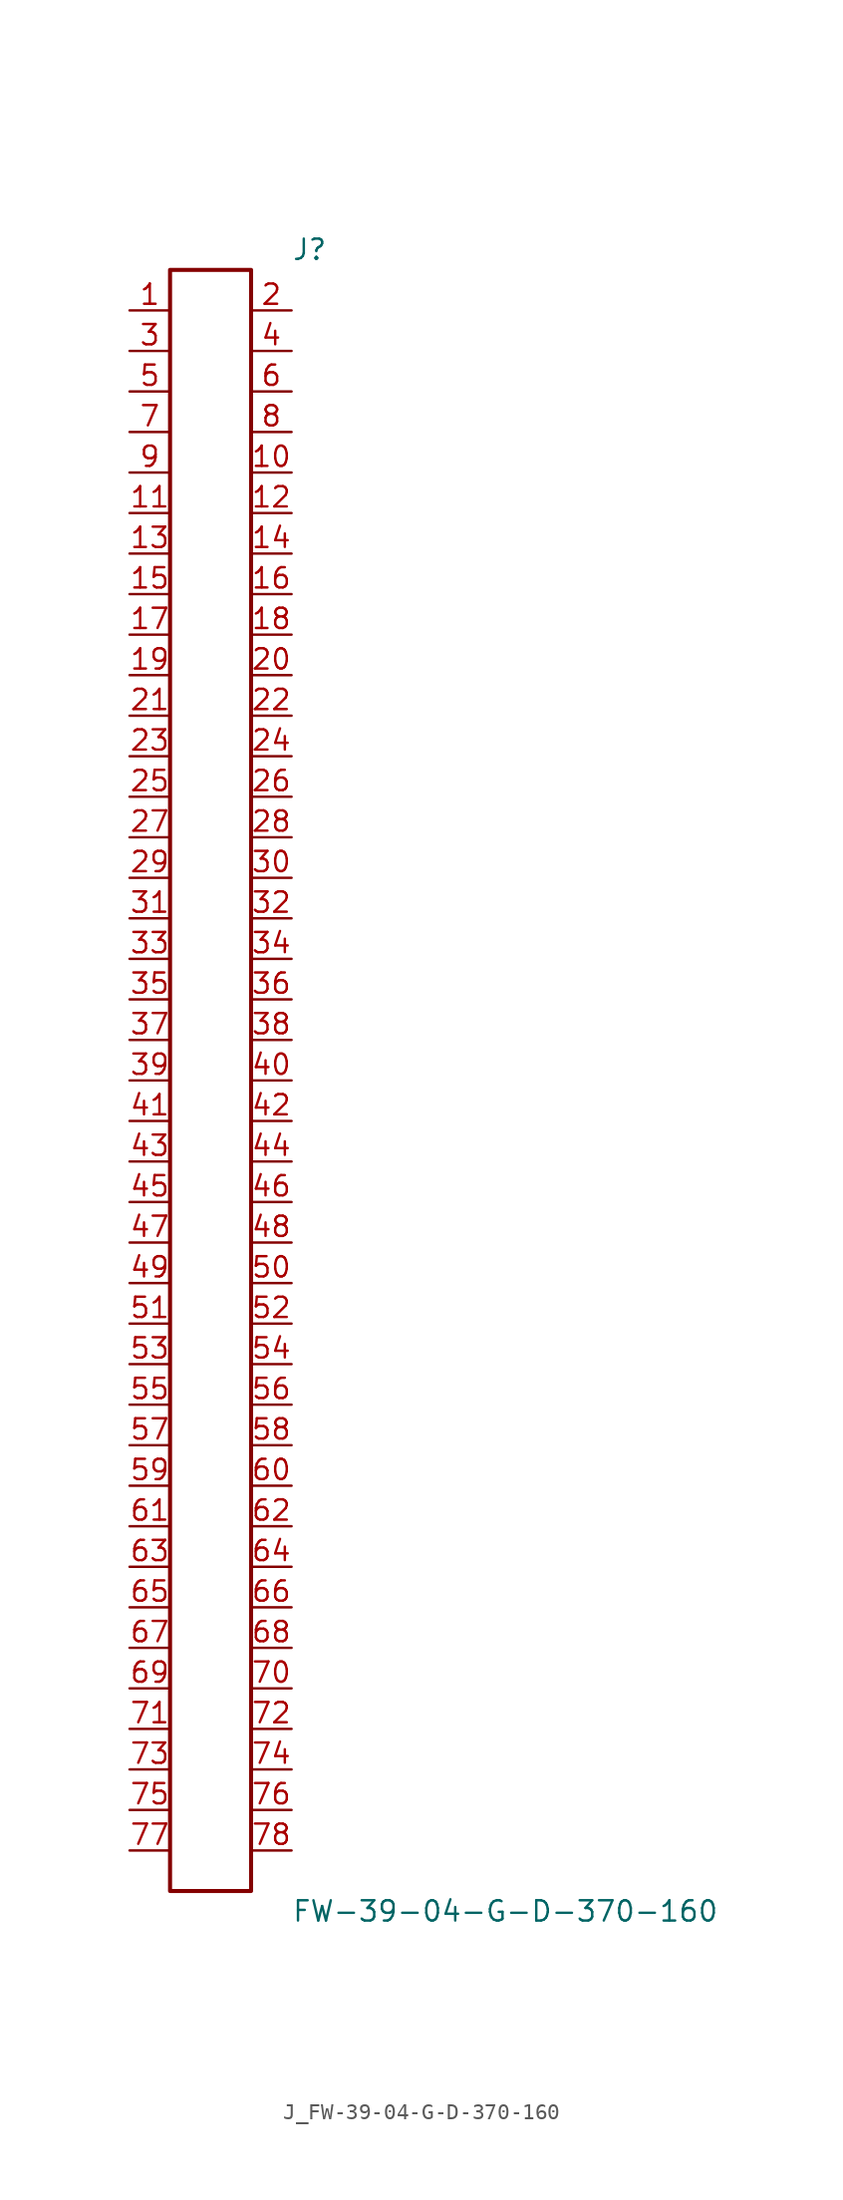
<source format=kicad_sym>
(kicad_symbol_lib
  (version 20231120)
  (generator kicad_symbol_editor)
  (generator_version 8.0)
  (symbol "J_FW-39-04-G-D-370-160"
    (pin_names
      (offset 0.254))
    (property "Reference" "J"
      (at 5.08 52.07 0)
      (effects (font (size 1.27 1.27)) (justify left)))
    (property "Value" "FW-39-04-G-D-370-160"
      (at 5.08 -52.07 0)
      (effects (font (size 1.27 1.27)) (justify left)))
    (symbol "J_FW-39-04-G-D-370-160_0_0"
      (pin unspecified line (at -5.08 48.26 0) (length 2.54) (name "" (effects (font (size 1.27 1.27)))) (number "1" (effects (font (size 1.27 1.27)))))
      (pin unspecified line (at 5.08 48.26 180) (length 2.54) (name "" (effects (font (size 1.27 1.27)))) (number "2" (effects (font (size 1.27 1.27)))))
      (pin unspecified line (at -5.08 45.72 0) (length 2.54) (name "" (effects (font (size 1.27 1.27)))) (number "3" (effects (font (size 1.27 1.27)))))
      (pin unspecified line (at 5.08 45.72 180) (length 2.54) (name "" (effects (font (size 1.27 1.27)))) (number "4" (effects (font (size 1.27 1.27)))))
      (pin unspecified line (at -5.08 43.18 0) (length 2.54) (name "" (effects (font (size 1.27 1.27)))) (number "5" (effects (font (size 1.27 1.27)))))
      (pin unspecified line (at 5.08 43.18 180) (length 2.54) (name "" (effects (font (size 1.27 1.27)))) (number "6" (effects (font (size 1.27 1.27)))))
      (pin unspecified line (at -5.08 40.64 0) (length 2.54) (name "" (effects (font (size 1.27 1.27)))) (number "7" (effects (font (size 1.27 1.27)))))
      (pin unspecified line (at 5.08 40.64 180) (length 2.54) (name "" (effects (font (size 1.27 1.27)))) (number "8" (effects (font (size 1.27 1.27)))))
      (pin unspecified line (at -5.08 38.1 0) (length 2.54) (name "" (effects (font (size 1.27 1.27)))) (number "9" (effects (font (size 1.27 1.27)))))
      (pin unspecified line (at 5.08 38.1 180) (length 2.54) (name "" (effects (font (size 1.27 1.27)))) (number "10" (effects (font (size 1.27 1.27)))))
      (pin unspecified line (at -5.08 35.56 0) (length 2.54) (name "" (effects (font (size 1.27 1.27)))) (number "11" (effects (font (size 1.27 1.27)))))
      (pin unspecified line (at 5.08 35.56 180) (length 2.54) (name "" (effects (font (size 1.27 1.27)))) (number "12" (effects (font (size 1.27 1.27)))))
      (pin unspecified line (at -5.08 33.02 0) (length 2.54) (name "" (effects (font (size 1.27 1.27)))) (number "13" (effects (font (size 1.27 1.27)))))
      (pin unspecified line (at 5.08 33.02 180) (length 2.54) (name "" (effects (font (size 1.27 1.27)))) (number "14" (effects (font (size 1.27 1.27)))))
      (pin unspecified line (at -5.08 30.48 0) (length 2.54) (name "" (effects (font (size 1.27 1.27)))) (number "15" (effects (font (size 1.27 1.27)))))
      (pin unspecified line (at 5.08 30.48 180) (length 2.54) (name "" (effects (font (size 1.27 1.27)))) (number "16" (effects (font (size 1.27 1.27)))))
      (pin unspecified line (at -5.08 27.94 0) (length 2.54) (name "" (effects (font (size 1.27 1.27)))) (number "17" (effects (font (size 1.27 1.27)))))
      (pin unspecified line (at 5.08 27.94 180) (length 2.54) (name "" (effects (font (size 1.27 1.27)))) (number "18" (effects (font (size 1.27 1.27)))))
      (pin unspecified line (at -5.08 25.4 0) (length 2.54) (name "" (effects (font (size 1.27 1.27)))) (number "19" (effects (font (size 1.27 1.27)))))
      (pin unspecified line (at 5.08 25.4 180) (length 2.54) (name "" (effects (font (size 1.27 1.27)))) (number "20" (effects (font (size 1.27 1.27)))))
      (pin unspecified line (at -5.08 22.86 0) (length 2.54) (name "" (effects (font (size 1.27 1.27)))) (number "21" (effects (font (size 1.27 1.27)))))
      (pin unspecified line (at 5.08 22.86 180) (length 2.54) (name "" (effects (font (size 1.27 1.27)))) (number "22" (effects (font (size 1.27 1.27)))))
      (pin unspecified line (at -5.08 20.32 0) (length 2.54) (name "" (effects (font (size 1.27 1.27)))) (number "23" (effects (font (size 1.27 1.27)))))
      (pin unspecified line (at 5.08 20.32 180) (length 2.54) (name "" (effects (font (size 1.27 1.27)))) (number "24" (effects (font (size 1.27 1.27)))))
      (pin unspecified line (at -5.08 17.78 0) (length 2.54) (name "" (effects (font (size 1.27 1.27)))) (number "25" (effects (font (size 1.27 1.27)))))
      (pin unspecified line (at 5.08 17.78 180) (length 2.54) (name "" (effects (font (size 1.27 1.27)))) (number "26" (effects (font (size 1.27 1.27)))))
      (pin unspecified line (at -5.08 15.24 0) (length 2.54) (name "" (effects (font (size 1.27 1.27)))) (number "27" (effects (font (size 1.27 1.27)))))
      (pin unspecified line (at 5.08 15.24 180) (length 2.54) (name "" (effects (font (size 1.27 1.27)))) (number "28" (effects (font (size 1.27 1.27)))))
      (pin unspecified line (at -5.08 12.7 0) (length 2.54) (name "" (effects (font (size 1.27 1.27)))) (number "29" (effects (font (size 1.27 1.27)))))
      (pin unspecified line (at 5.08 12.7 180) (length 2.54) (name "" (effects (font (size 1.27 1.27)))) (number "30" (effects (font (size 1.27 1.27)))))
      (pin unspecified line (at -5.08 10.16 0) (length 2.54) (name "" (effects (font (size 1.27 1.27)))) (number "31" (effects (font (size 1.27 1.27)))))
      (pin unspecified line (at 5.08 10.16 180) (length 2.54) (name "" (effects (font (size 1.27 1.27)))) (number "32" (effects (font (size 1.27 1.27)))))
      (pin unspecified line (at -5.08 7.62 0) (length 2.54) (name "" (effects (font (size 1.27 1.27)))) (number "33" (effects (font (size 1.27 1.27)))))
      (pin unspecified line (at 5.08 7.62 180) (length 2.54) (name "" (effects (font (size 1.27 1.27)))) (number "34" (effects (font (size 1.27 1.27)))))
      (pin unspecified line (at -5.08 5.08 0) (length 2.54) (name "" (effects (font (size 1.27 1.27)))) (number "35" (effects (font (size 1.27 1.27)))))
      (pin unspecified line (at 5.08 5.08 180) (length 2.54) (name "" (effects (font (size 1.27 1.27)))) (number "36" (effects (font (size 1.27 1.27)))))
      (pin unspecified line (at -5.08 2.54 0) (length 2.54) (name "" (effects (font (size 1.27 1.27)))) (number "37" (effects (font (size 1.27 1.27)))))
      (pin unspecified line (at 5.08 2.54 180) (length 2.54) (name "" (effects (font (size 1.27 1.27)))) (number "38" (effects (font (size 1.27 1.27)))))
      (pin unspecified line (at -5.08 0.0 0) (length 2.54) (name "" (effects (font (size 1.27 1.27)))) (number "39" (effects (font (size 1.27 1.27)))))
      (pin unspecified line (at 5.08 0.0 180) (length 2.54) (name "" (effects (font (size 1.27 1.27)))) (number "40" (effects (font (size 1.27 1.27)))))
      (pin unspecified line (at -5.08 -2.54 0) (length 2.54) (name "" (effects (font (size 1.27 1.27)))) (number "41" (effects (font (size 1.27 1.27)))))
      (pin unspecified line (at 5.08 -2.54 180) (length 2.54) (name "" (effects (font (size 1.27 1.27)))) (number "42" (effects (font (size 1.27 1.27)))))
      (pin unspecified line (at -5.08 -5.08 0) (length 2.54) (name "" (effects (font (size 1.27 1.27)))) (number "43" (effects (font (size 1.27 1.27)))))
      (pin unspecified line (at 5.08 -5.08 180) (length 2.54) (name "" (effects (font (size 1.27 1.27)))) (number "44" (effects (font (size 1.27 1.27)))))
      (pin unspecified line (at -5.08 -7.62 0) (length 2.54) (name "" (effects (font (size 1.27 1.27)))) (number "45" (effects (font (size 1.27 1.27)))))
      (pin unspecified line (at 5.08 -7.62 180) (length 2.54) (name "" (effects (font (size 1.27 1.27)))) (number "46" (effects (font (size 1.27 1.27)))))
      (pin unspecified line (at -5.08 -10.16 0) (length 2.54) (name "" (effects (font (size 1.27 1.27)))) (number "47" (effects (font (size 1.27 1.27)))))
      (pin unspecified line (at 5.08 -10.16 180) (length 2.54) (name "" (effects (font (size 1.27 1.27)))) (number "48" (effects (font (size 1.27 1.27)))))
      (pin unspecified line (at -5.08 -12.7 0) (length 2.54) (name "" (effects (font (size 1.27 1.27)))) (number "49" (effects (font (size 1.27 1.27)))))
      (pin unspecified line (at 5.08 -12.7 180) (length 2.54) (name "" (effects (font (size 1.27 1.27)))) (number "50" (effects (font (size 1.27 1.27)))))
      (pin unspecified line (at -5.08 -15.24 0) (length 2.54) (name "" (effects (font (size 1.27 1.27)))) (number "51" (effects (font (size 1.27 1.27)))))
      (pin unspecified line (at 5.08 -15.24 180) (length 2.54) (name "" (effects (font (size 1.27 1.27)))) (number "52" (effects (font (size 1.27 1.27)))))
      (pin unspecified line (at -5.08 -17.78 0) (length 2.54) (name "" (effects (font (size 1.27 1.27)))) (number "53" (effects (font (size 1.27 1.27)))))
      (pin unspecified line (at 5.08 -17.78 180) (length 2.54) (name "" (effects (font (size 1.27 1.27)))) (number "54" (effects (font (size 1.27 1.27)))))
      (pin unspecified line (at -5.08 -20.32 0) (length 2.54) (name "" (effects (font (size 1.27 1.27)))) (number "55" (effects (font (size 1.27 1.27)))))
      (pin unspecified line (at 5.08 -20.32 180) (length 2.54) (name "" (effects (font (size 1.27 1.27)))) (number "56" (effects (font (size 1.27 1.27)))))
      (pin unspecified line (at -5.08 -22.86 0) (length 2.54) (name "" (effects (font (size 1.27 1.27)))) (number "57" (effects (font (size 1.27 1.27)))))
      (pin unspecified line (at 5.08 -22.86 180) (length 2.54) (name "" (effects (font (size 1.27 1.27)))) (number "58" (effects (font (size 1.27 1.27)))))
      (pin unspecified line (at -5.08 -25.4 0) (length 2.54) (name "" (effects (font (size 1.27 1.27)))) (number "59" (effects (font (size 1.27 1.27)))))
      (pin unspecified line (at 5.08 -25.4 180) (length 2.54) (name "" (effects (font (size 1.27 1.27)))) (number "60" (effects (font (size 1.27 1.27)))))
      (pin unspecified line (at -5.08 -27.94 0) (length 2.54) (name "" (effects (font (size 1.27 1.27)))) (number "61" (effects (font (size 1.27 1.27)))))
      (pin unspecified line (at 5.08 -27.94 180) (length 2.54) (name "" (effects (font (size 1.27 1.27)))) (number "62" (effects (font (size 1.27 1.27)))))
      (pin unspecified line (at -5.08 -30.48 0) (length 2.54) (name "" (effects (font (size 1.27 1.27)))) (number "63" (effects (font (size 1.27 1.27)))))
      (pin unspecified line (at 5.08 -30.48 180) (length 2.54) (name "" (effects (font (size 1.27 1.27)))) (number "64" (effects (font (size 1.27 1.27)))))
      (pin unspecified line (at -5.08 -33.02 0) (length 2.54) (name "" (effects (font (size 1.27 1.27)))) (number "65" (effects (font (size 1.27 1.27)))))
      (pin unspecified line (at 5.08 -33.02 180) (length 2.54) (name "" (effects (font (size 1.27 1.27)))) (number "66" (effects (font (size 1.27 1.27)))))
      (pin unspecified line (at -5.08 -35.56 0) (length 2.54) (name "" (effects (font (size 1.27 1.27)))) (number "67" (effects (font (size 1.27 1.27)))))
      (pin unspecified line (at 5.08 -35.56 180) (length 2.54) (name "" (effects (font (size 1.27 1.27)))) (number "68" (effects (font (size 1.27 1.27)))))
      (pin unspecified line (at -5.08 -38.1 0) (length 2.54) (name "" (effects (font (size 1.27 1.27)))) (number "69" (effects (font (size 1.27 1.27)))))
      (pin unspecified line (at 5.08 -38.1 180) (length 2.54) (name "" (effects (font (size 1.27 1.27)))) (number "70" (effects (font (size 1.27 1.27)))))
      (pin unspecified line (at -5.08 -40.64 0) (length 2.54) (name "" (effects (font (size 1.27 1.27)))) (number "71" (effects (font (size 1.27 1.27)))))
      (pin unspecified line (at 5.08 -40.64 180) (length 2.54) (name "" (effects (font (size 1.27 1.27)))) (number "72" (effects (font (size 1.27 1.27)))))
      (pin unspecified line (at -5.08 -43.18 0) (length 2.54) (name "" (effects (font (size 1.27 1.27)))) (number "73" (effects (font (size 1.27 1.27)))))
      (pin unspecified line (at 5.08 -43.18 180) (length 2.54) (name "" (effects (font (size 1.27 1.27)))) (number "74" (effects (font (size 1.27 1.27)))))
      (pin unspecified line (at -5.08 -45.72 0) (length 2.54) (name "" (effects (font (size 1.27 1.27)))) (number "75" (effects (font (size 1.27 1.27)))))
      (pin unspecified line (at 5.08 -45.72 180) (length 2.54) (name "" (effects (font (size 1.27 1.27)))) (number "76" (effects (font (size 1.27 1.27)))))
      (pin unspecified line (at -5.08 -48.26 0) (length 2.54) (name "" (effects (font (size 1.27 1.27)))) (number "77" (effects (font (size 1.27 1.27)))))
      (pin unspecified line (at 5.08 -48.26 180) (length 2.54) (name "" (effects (font (size 1.27 1.27)))) (number "78" (effects (font (size 1.27 1.27))))))
    (symbol "J_FW-39-04-G-D-370-160_1_0"
      (rectangle (start -2.54 50.8) (end 2.54 -50.8) (stroke (width 0.254) (type solid)) (fill (type none))))))
</source>
